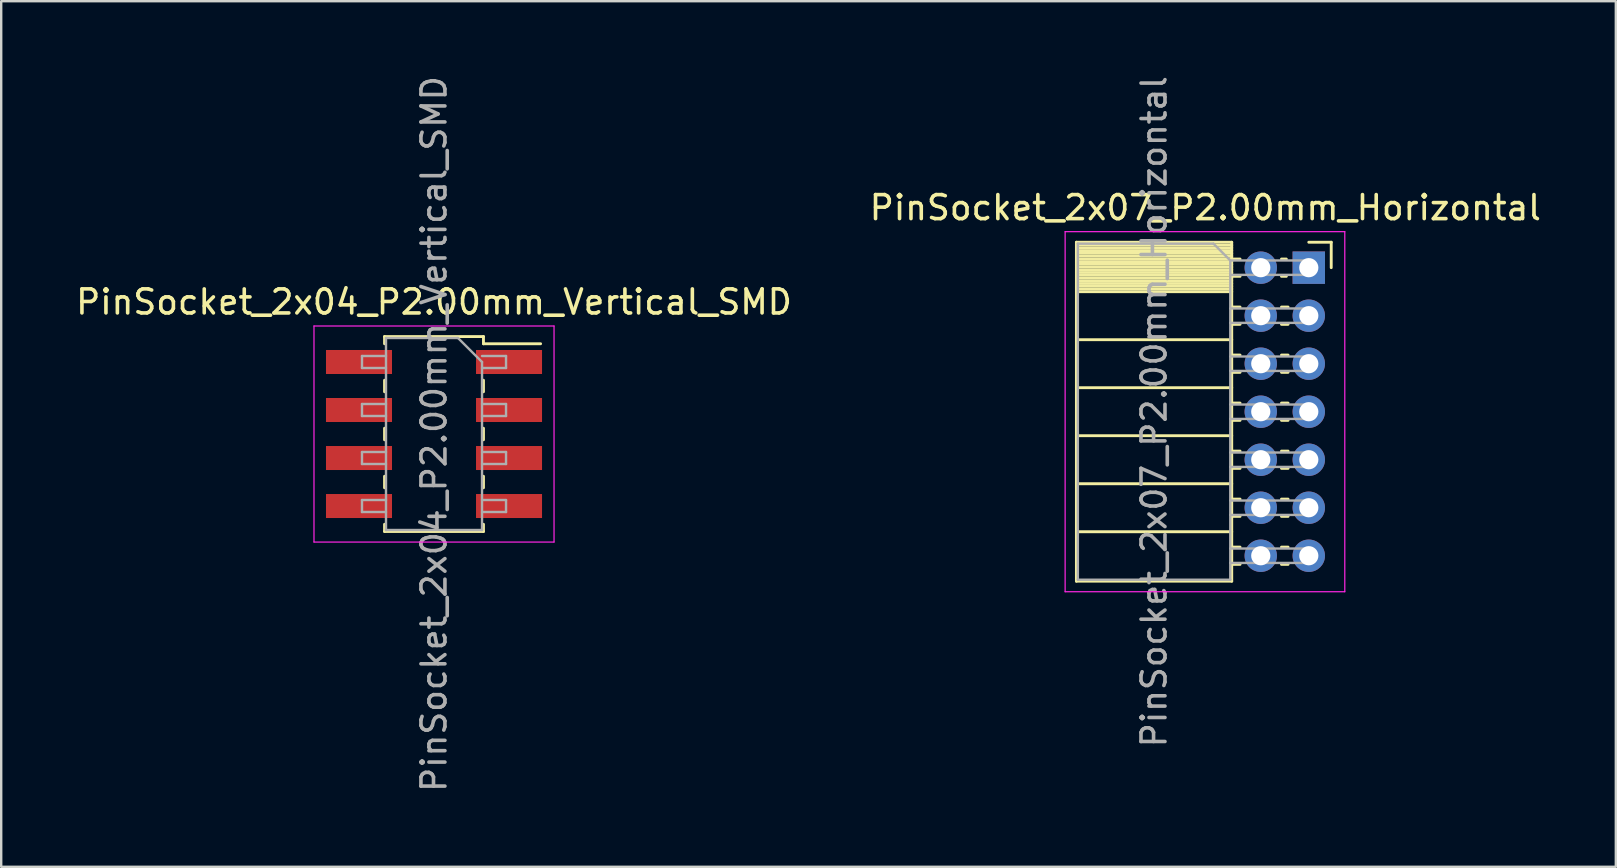
<source format=kicad_pcb>
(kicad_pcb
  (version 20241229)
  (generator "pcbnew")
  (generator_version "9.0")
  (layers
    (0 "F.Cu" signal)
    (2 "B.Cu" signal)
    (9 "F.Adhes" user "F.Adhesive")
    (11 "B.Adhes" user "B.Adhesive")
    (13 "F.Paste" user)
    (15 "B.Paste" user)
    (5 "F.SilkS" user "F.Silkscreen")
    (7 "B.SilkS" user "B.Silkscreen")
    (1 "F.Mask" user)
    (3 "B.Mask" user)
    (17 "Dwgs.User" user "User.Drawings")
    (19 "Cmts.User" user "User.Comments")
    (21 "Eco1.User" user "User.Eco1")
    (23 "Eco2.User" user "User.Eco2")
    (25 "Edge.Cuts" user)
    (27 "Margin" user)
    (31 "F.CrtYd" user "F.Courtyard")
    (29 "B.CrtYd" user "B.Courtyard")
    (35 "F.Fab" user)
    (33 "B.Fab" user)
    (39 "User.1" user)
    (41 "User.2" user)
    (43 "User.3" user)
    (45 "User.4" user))
  (footprint "PinSocket_2x04_P2.00mm_Vertical_SMD"
    (layer "F.Cu")
    (at 15.03 15.03)
    (property "Reference" "PinSocket_2x04_P2.00mm_Vertical_SMD" (at 0 -5.5 0) (layer "F.SilkS") (effects (font (size 1 1) (thickness 0.15))))
    (attr smd)
    (fp_line (start -2.06 -4.06) (end -2.06 -3.76) (stroke (width 0.12) (type solid)) (layer "F.SilkS"))
    (fp_line (start -2.06 -4.06) (end 2.06 -4.06) (stroke (width 0.12) (type solid)) (layer "F.SilkS"))
    (fp_line (start -2.06 -2.24) (end -2.06 -1.76) (stroke (width 0.12) (type solid)) (layer "F.SilkS"))
    (fp_line (start -2.06 -0.24) (end -2.06 0.24) (stroke (width 0.12) (type solid)) (layer "F.SilkS"))
    (fp_line (start -2.06 1.76) (end -2.06 2.24) (stroke (width 0.12) (type solid)) (layer "F.SilkS"))
    (fp_line (start -2.06 3.76) (end -2.06 4.06) (stroke (width 0.12) (type solid)) (layer "F.SilkS"))
    (fp_line (start -2.06 4.06) (end 2.06 4.06) (stroke (width 0.12) (type solid)) (layer "F.SilkS"))
    (fp_line (start 2.06 -4.06) (end 2.06 -3.76) (stroke (width 0.12) (type solid)) (layer "F.SilkS"))
    (fp_line (start 2.06 -3.76) (end 4.44 -3.76) (stroke (width 0.12) (type solid)) (layer "F.SilkS"))
    (fp_line (start 2.06 -2.24) (end 2.06 -1.76) (stroke (width 0.12) (type solid)) (layer "F.SilkS"))
    (fp_line (start 2.06 -0.24) (end 2.06 0.24) (stroke (width 0.12) (type solid)) (layer "F.SilkS"))
    (fp_line (start 2.06 1.76) (end 2.06 2.24) (stroke (width 0.12) (type solid)) (layer "F.SilkS"))
    (fp_line (start 2.06 3.76) (end 2.06 4.06) (stroke (width 0.12) (type solid)) (layer "F.SilkS"))
    (fp_line (start -5 -4.5) (end 5 -4.5) (stroke (width 0.05) (type solid)) (layer "F.CrtYd"))
    (fp_line (start -5 4.5) (end -5 -4.5) (stroke (width 0.05) (type solid)) (layer "F.CrtYd"))
    (fp_line (start 5 -4.5) (end 5 4.5) (stroke (width 0.05) (type solid)) (layer "F.CrtYd"))
    (fp_line (start 5 4.5) (end -5 4.5) (stroke (width 0.05) (type solid)) (layer "F.CrtYd"))
    (fp_line (start -3 -3.25) (end -2 -3.25) (stroke (width 0.1) (type solid)) (layer "F.Fab"))
    (fp_line (start -3 -2.75) (end -3 -3.25) (stroke (width 0.1) (type solid)) (layer "F.Fab"))
    (fp_line (start -3 -1.25) (end -2 -1.25) (stroke (width 0.1) (type solid)) (layer "F.Fab"))
    (fp_line (start -3 -0.75) (end -3 -1.25) (stroke (width 0.1) (type solid)) (layer "F.Fab"))
    (fp_line (start -3 0.75) (end -2 0.75) (stroke (width 0.1) (type solid)) (layer "F.Fab"))
    (fp_line (start -3 1.25) (end -3 0.75) (stroke (width 0.1) (type solid)) (layer "F.Fab"))
    (fp_line (start -3 2.75) (end -2 2.75) (stroke (width 0.1) (type solid)) (layer "F.Fab"))
    (fp_line (start -3 3.25) (end -3 2.75) (stroke (width 0.1) (type solid)) (layer "F.Fab"))
    (fp_line (start -2 -4) (end 1 -4) (stroke (width 0.1) (type solid)) (layer "F.Fab"))
    (fp_line (start -2 -2.75) (end -3 -2.75) (stroke (width 0.1) (type solid)) (layer "F.Fab"))
    (fp_line (start -2 -0.75) (end -3 -0.75) (stroke (width 0.1) (type solid)) (layer "F.Fab"))
    (fp_line (start -2 1.25) (end -3 1.25) (stroke (width 0.1) (type solid)) (layer "F.Fab"))
    (fp_line (start -2 3.25) (end -3 3.25) (stroke (width 0.1) (type solid)) (layer "F.Fab"))
    (fp_line (start -2 4) (end -2 -4) (stroke (width 0.1) (type solid)) (layer "F.Fab"))
    (fp_line (start 1 -4) (end 2 -3) (stroke (width 0.1) (type solid)) (layer "F.Fab"))
    (fp_line (start 2 -3.25) (end 3 -3.25) (stroke (width 0.1) (type solid)) (layer "F.Fab"))
    (fp_line (start 2 -3) (end 2 4) (stroke (width 0.1) (type solid)) (layer "F.Fab"))
    (fp_line (start 2 -1.25) (end 3 -1.25) (stroke (width 0.1) (type solid)) (layer "F.Fab"))
    (fp_line (start 2 0.75) (end 3 0.75) (stroke (width 0.1) (type solid)) (layer "F.Fab"))
    (fp_line (start 2 2.75) (end 3 2.75) (stroke (width 0.1) (type solid)) (layer "F.Fab"))
    (fp_line (start 2 4) (end -2 4) (stroke (width 0.1) (type solid)) (layer "F.Fab"))
    (fp_line (start 3 -3.25) (end 3 -2.75) (stroke (width 0.1) (type solid)) (layer "F.Fab"))
    (fp_line (start 3 -2.75) (end 2 -2.75) (stroke (width 0.1) (type solid)) (layer "F.Fab"))
    (fp_line (start 3 -1.25) (end 3 -0.75) (stroke (width 0.1) (type solid)) (layer "F.Fab"))
    (fp_line (start 3 -0.75) (end 2 -0.75) (stroke (width 0.1) (type solid)) (layer "F.Fab"))
    (fp_line (start 3 0.75) (end 3 1.25) (stroke (width 0.1) (type solid)) (layer "F.Fab"))
    (fp_line (start 3 1.25) (end 2 1.25) (stroke (width 0.1) (type solid)) (layer "F.Fab"))
    (fp_line (start 3 2.75) (end 3 3.25) (stroke (width 0.1) (type solid)) (layer "F.Fab"))
    (fp_line (start 3 3.25) (end 2 3.25) (stroke (width 0.1) (type solid)) (layer "F.Fab"))
    (fp_text user "${REFERENCE}" (at 0 0 90) (layer "F.Fab") (effects (font (size 1 1) (thickness 0.15))))
    (pad "1" smd rect (at 3.125 -3) (size 2.75 1) (layers "F.Cu" "F.Mask" "F.Paste"))
    (pad "2" smd rect (at -3.125 -3) (size 2.75 1) (layers "F.Cu" "F.Mask" "F.Paste"))
    (pad "3" smd rect (at 3.125 -1) (size 2.75 1) (layers "F.Cu" "F.Mask" "F.Paste"))
    (pad "4" smd rect (at -3.125 -1) (size 2.75 1) (layers "F.Cu" "F.Mask" "F.Paste"))
    (pad "5" smd rect (at 3.125 1) (size 2.75 1) (layers "F.Cu" "F.Mask" "F.Paste"))
    (pad "6" smd rect (at -3.125 1) (size 2.75 1) (layers "F.Cu" "F.Mask" "F.Paste"))
    (pad "7" smd rect (at 3.125 3) (size 2.75 1) (layers "F.Cu" "F.Mask" "F.Paste"))
    (pad "8" smd rect (at -3.125 3) (size 2.75 1) (layers "F.Cu" "F.Mask" "F.Paste")))
  (footprint "PinSocket_2x07_P2.00mm_Horizontal"
    (layer "F.Cu")
    (at 51.471 8.101)
    (property "Reference" "PinSocket_2x07_P2.00mm_Horizontal" (at -4.31 -2.5 0) (layer "F.SilkS") (effects (font (size 1 1) (thickness 0.15))))
    (attr through_hole)
    (fp_line (start -9.68 -1.06) (end -9.68 13.06) (stroke (width 0.12) (type solid)) (layer "F.SilkS"))
    (fp_line (start -9.68 -1.06) (end -3.21 -1.06) (stroke (width 0.12) (type solid)) (layer "F.SilkS"))
    (fp_line (start -9.68 -0.94) (end -3.21 -0.94) (stroke (width 0.12) (type solid)) (layer "F.SilkS"))
    (fp_line (start -9.68 -0.826) (end -3.21 -0.826) (stroke (width 0.12) (type solid)) (layer "F.SilkS"))
    (fp_line (start -9.68 -0.712) (end -3.21 -0.712) (stroke (width 0.12) (type solid)) (layer "F.SilkS"))
    (fp_line (start -9.68 -0.598) (end -3.21 -0.598) (stroke (width 0.12) (type solid)) (layer "F.SilkS"))
    (fp_line (start -9.68 -0.484) (end -3.21 -0.484) (stroke (width 0.12) (type solid)) (layer "F.SilkS"))
    (fp_line (start -9.68 -0.369) (end -3.21 -0.369) (stroke (width 0.12) (type solid)) (layer "F.SilkS"))
    (fp_line (start -9.68 -0.255) (end -3.21 -0.255) (stroke (width 0.12) (type solid)) (layer "F.SilkS"))
    (fp_line (start -9.68 -0.141) (end -3.21 -0.141) (stroke (width 0.12) (type solid)) (layer "F.SilkS"))
    (fp_line (start -9.68 -0.027) (end -3.21 -0.027) (stroke (width 0.12) (type solid)) (layer "F.SilkS"))
    (fp_line (start -9.68 0.087) (end -3.21 0.087) (stroke (width 0.12) (type solid)) (layer "F.SilkS"))
    (fp_line (start -9.68 0.201) (end -3.21 0.201) (stroke (width 0.12) (type solid)) (layer "F.SilkS"))
    (fp_line (start -9.68 0.315) (end -3.21 0.315) (stroke (width 0.12) (type solid)) (layer "F.SilkS"))
    (fp_line (start -9.68 0.429) (end -3.21 0.429) (stroke (width 0.12) (type solid)) (layer "F.SilkS"))
    (fp_line (start -9.68 0.544) (end -3.21 0.544) (stroke (width 0.12) (type solid)) (layer "F.SilkS"))
    (fp_line (start -9.68 0.658) (end -3.21 0.658) (stroke (width 0.12) (type solid)) (layer "F.SilkS"))
    (fp_line (start -9.68 0.772) (end -3.21 0.772) (stroke (width 0.12) (type solid)) (layer "F.SilkS"))
    (fp_line (start -9.68 0.886) (end -3.21 0.886) (stroke (width 0.12) (type solid)) (layer "F.SilkS"))
    (fp_line (start -9.68 1) (end -3.21 1) (stroke (width 0.12) (type solid)) (layer "F.SilkS"))
    (fp_line (start -9.68 3) (end -3.21 3) (stroke (width 0.12) (type solid)) (layer "F.SilkS"))
    (fp_line (start -9.68 5) (end -3.21 5) (stroke (width 0.12) (type solid)) (layer "F.SilkS"))
    (fp_line (start -9.68 7) (end -3.21 7) (stroke (width 0.12) (type solid)) (layer "F.SilkS"))
    (fp_line (start -9.68 9) (end -3.21 9) (stroke (width 0.12) (type solid)) (layer "F.SilkS"))
    (fp_line (start -9.68 11) (end -3.21 11) (stroke (width 0.12) (type solid)) (layer "F.SilkS"))
    (fp_line (start -9.68 13.06) (end -3.21 13.06) (stroke (width 0.12) (type solid)) (layer "F.SilkS"))
    (fp_line (start -3.21 -1.06) (end -3.21 13.06) (stroke (width 0.12) (type solid)) (layer "F.SilkS"))
    (fp_line (start -3.21 -0.36) (end -2.863 -0.36) (stroke (width 0.12) (type solid)) (layer "F.SilkS"))
    (fp_line (start -3.21 0.36) (end -2.863 0.36) (stroke (width 0.12) (type solid)) (layer "F.SilkS"))
    (fp_line (start -3.21 1.64) (end -2.863 1.64) (stroke (width 0.12) (type solid)) (layer "F.SilkS"))
    (fp_line (start -3.21 2.36) (end -2.863 2.36) (stroke (width 0.12) (type solid)) (layer "F.SilkS"))
    (fp_line (start -3.21 3.64) (end -2.863 3.64) (stroke (width 0.12) (type solid)) (layer "F.SilkS"))
    (fp_line (start -3.21 4.36) (end -2.863 4.36) (stroke (width 0.12) (type solid)) (layer "F.SilkS"))
    (fp_line (start -3.21 5.64) (end -2.863 5.64) (stroke (width 0.12) (type solid)) (layer "F.SilkS"))
    (fp_line (start -3.21 6.36) (end -2.863 6.36) (stroke (width 0.12) (type solid)) (layer "F.SilkS"))
    (fp_line (start -3.21 7.64) (end -2.863 7.64) (stroke (width 0.12) (type solid)) (layer "F.SilkS"))
    (fp_line (start -3.21 8.36) (end -2.863 8.36) (stroke (width 0.12) (type solid)) (layer "F.SilkS"))
    (fp_line (start -3.21 9.64) (end -2.863 9.64) (stroke (width 0.12) (type solid)) (layer "F.SilkS"))
    (fp_line (start -3.21 10.36) (end -2.863 10.36) (stroke (width 0.12) (type solid)) (layer "F.SilkS"))
    (fp_line (start -3.21 11.64) (end -2.863 11.64) (stroke (width 0.12) (type solid)) (layer "F.SilkS"))
    (fp_line (start -3.21 12.36) (end -2.863 12.36) (stroke (width 0.12) (type solid)) (layer "F.SilkS"))
    (fp_line (start -1.137 -0.36) (end -0.935 -0.36) (stroke (width 0.12) (type solid)) (layer "F.SilkS"))
    (fp_line (start -1.137 0.36) (end -0.935 0.36) (stroke (width 0.12) (type solid)) (layer "F.SilkS"))
    (fp_line (start -1.137 1.64) (end -0.863 1.64) (stroke (width 0.12) (type solid)) (layer "F.SilkS"))
    (fp_line (start -1.137 2.36) (end -0.863 2.36) (stroke (width 0.12) (type solid)) (layer "F.SilkS"))
    (fp_line (start -1.137 3.64) (end -0.863 3.64) (stroke (width 0.12) (type solid)) (layer "F.SilkS"))
    (fp_line (start -1.137 4.36) (end -0.863 4.36) (stroke (width 0.12) (type solid)) (layer "F.SilkS"))
    (fp_line (start -1.137 5.64) (end -0.863 5.64) (stroke (width 0.12) (type solid)) (layer "F.SilkS"))
    (fp_line (start -1.137 6.36) (end -0.863 6.36) (stroke (width 0.12) (type solid)) (layer "F.SilkS"))
    (fp_line (start -1.137 7.64) (end -0.863 7.64) (stroke (width 0.12) (type solid)) (layer "F.SilkS"))
    (fp_line (start -1.137 8.36) (end -0.863 8.36) (stroke (width 0.12) (type solid)) (layer "F.SilkS"))
    (fp_line (start -1.137 9.64) (end -0.863 9.64) (stroke (width 0.12) (type solid)) (layer "F.SilkS"))
    (fp_line (start -1.137 10.36) (end -0.863 10.36) (stroke (width 0.12) (type solid)) (layer "F.SilkS"))
    (fp_line (start -1.137 11.64) (end -0.863 11.64) (stroke (width 0.12) (type solid)) (layer "F.SilkS"))
    (fp_line (start -1.137 12.36) (end -0.863 12.36) (stroke (width 0.12) (type solid)) (layer "F.SilkS"))
    (fp_line (start 0 -1.06) (end 0.935 -1.06) (stroke (width 0.12) (type solid)) (layer "F.SilkS"))
    (fp_line (start 0.935 -1.06) (end 0.935 0) (stroke (width 0.12) (type solid)) (layer "F.SilkS"))
    (fp_line (start -10.15 -1.5) (end -10.15 13.5) (stroke (width 0.05) (type solid)) (layer "F.CrtYd"))
    (fp_line (start -10.15 13.5) (end 1.5 13.5) (stroke (width 0.05) (type solid)) (layer "F.CrtYd"))
    (fp_line (start 1.5 -1.5) (end -10.15 -1.5) (stroke (width 0.05) (type solid)) (layer "F.CrtYd"))
    (fp_line (start 1.5 13.5) (end 1.5 -1.5) (stroke (width 0.05) (type solid)) (layer "F.CrtYd"))
    (fp_line (start -9.62 -1) (end -3.97 -1) (stroke (width 0.1) (type solid)) (layer "F.Fab"))
    (fp_line (start -9.62 13) (end -9.62 -1) (stroke (width 0.1) (type solid)) (layer "F.Fab"))
    (fp_line (start -3.97 -1) (end -3.27 -0.3) (stroke (width 0.1) (type solid)) (layer "F.Fab"))
    (fp_line (start -3.27 -0.3) (end -3.27 13) (stroke (width 0.1) (type solid)) (layer "F.Fab"))
    (fp_line (start -3.27 0.3) (end 0 0.3) (stroke (width 0.1) (type solid)) (layer "F.Fab"))
    (fp_line (start -3.27 2.3) (end 0 2.3) (stroke (width 0.1) (type solid)) (layer "F.Fab"))
    (fp_line (start -3.27 4.3) (end 0 4.3) (stroke (width 0.1) (type solid)) (layer "F.Fab"))
    (fp_line (start -3.27 6.3) (end 0 6.3) (stroke (width 0.1) (type solid)) (layer "F.Fab"))
    (fp_line (start -3.27 8.3) (end 0 8.3) (stroke (width 0.1) (type solid)) (layer "F.Fab"))
    (fp_line (start -3.27 10.3) (end 0 10.3) (stroke (width 0.1) (type solid)) (layer "F.Fab"))
    (fp_line (start -3.27 12.3) (end 0 12.3) (stroke (width 0.1) (type solid)) (layer "F.Fab"))
    (fp_line (start -3.27 13) (end -9.62 13) (stroke (width 0.1) (type solid)) (layer "F.Fab"))
    (fp_line (start 0 -0.3) (end -3.27 -0.3) (stroke (width 0.1) (type solid)) (layer "F.Fab"))
    (fp_line (start 0 0.3) (end 0 -0.3) (stroke (width 0.1) (type solid)) (layer "F.Fab"))
    (fp_line (start 0 1.7) (end -3.27 1.7) (stroke (width 0.1) (type solid)) (layer "F.Fab"))
    (fp_line (start 0 2.3) (end 0 1.7) (stroke (width 0.1) (type solid)) (layer "F.Fab"))
    (fp_line (start 0 3.7) (end -3.27 3.7) (stroke (width 0.1) (type solid)) (layer "F.Fab"))
    (fp_line (start 0 4.3) (end 0 3.7) (stroke (width 0.1) (type solid)) (layer "F.Fab"))
    (fp_line (start 0 5.7) (end -3.27 5.7) (stroke (width 0.1) (type solid)) (layer "F.Fab"))
    (fp_line (start 0 6.3) (end 0 5.7) (stroke (width 0.1) (type solid)) (layer "F.Fab"))
    (fp_line (start 0 7.7) (end -3.27 7.7) (stroke (width 0.1) (type solid)) (layer "F.Fab"))
    (fp_line (start 0 8.3) (end 0 7.7) (stroke (width 0.1) (type solid)) (layer "F.Fab"))
    (fp_line (start 0 9.7) (end -3.27 9.7) (stroke (width 0.1) (type solid)) (layer "F.Fab"))
    (fp_line (start 0 10.3) (end 0 9.7) (stroke (width 0.1) (type solid)) (layer "F.Fab"))
    (fp_line (start 0 11.7) (end -3.27 11.7) (stroke (width 0.1) (type solid)) (layer "F.Fab"))
    (fp_line (start 0 12.3) (end 0 11.7) (stroke (width 0.1) (type solid)) (layer "F.Fab"))
    (fp_text user "${REFERENCE}" (at -6.445 6 90) (layer "F.Fab") (effects (font (size 1 1) (thickness 0.15))))
    (pad "1" thru_hole rect (at 0 0) (size 1.35 1.35) (drill 0.8) (layers "*.Cu" "*.Mask"))
    (pad "2" thru_hole oval (at -2 0) (size 1.35 1.35) (drill 0.8) (layers "*.Cu" "*.Mask"))
    (pad "3" thru_hole oval (at 0 2) (size 1.35 1.35) (drill 0.8) (layers "*.Cu" "*.Mask"))
    (pad "4" thru_hole oval (at -2 2) (size 1.35 1.35) (drill 0.8) (layers "*.Cu" "*.Mask"))
    (pad "5" thru_hole oval (at 0 4) (size 1.35 1.35) (drill 0.8) (layers "*.Cu" "*.Mask"))
    (pad "6" thru_hole oval (at -2 4) (size 1.35 1.35) (drill 0.8) (layers "*.Cu" "*.Mask"))
    (pad "7" thru_hole oval (at 0 6) (size 1.35 1.35) (drill 0.8) (layers "*.Cu" "*.Mask"))
    (pad "8" thru_hole oval (at -2 6) (size 1.35 1.35) (drill 0.8) (layers "*.Cu" "*.Mask"))
    (pad "9" thru_hole oval (at 0 8) (size 1.35 1.35) (drill 0.8) (layers "*.Cu" "*.Mask"))
    (pad "10" thru_hole oval (at -2 8) (size 1.35 1.35) (drill 0.8) (layers "*.Cu" "*.Mask"))
    (pad "11" thru_hole oval (at 0 10) (size 1.35 1.35) (drill 0.8) (layers "*.Cu" "*.Mask"))
    (pad "12" thru_hole oval (at -2 10) (size 1.35 1.35) (drill 0.8) (layers "*.Cu" "*.Mask"))
    (pad "13" thru_hole oval (at 0 12) (size 1.35 1.35) (drill 0.8) (layers "*.Cu" "*.Mask"))
    (pad "14" thru_hole oval (at -2 12) (size 1.35 1.35) (drill 0.8) (layers "*.Cu" "*.Mask")))
  (gr_rect
    (start -3 -3)
    (end 64.262 33.06)
    (stroke (width 0.1) (type default))
    (fill no)
    (layer "Edge.Cuts")))
</source>
